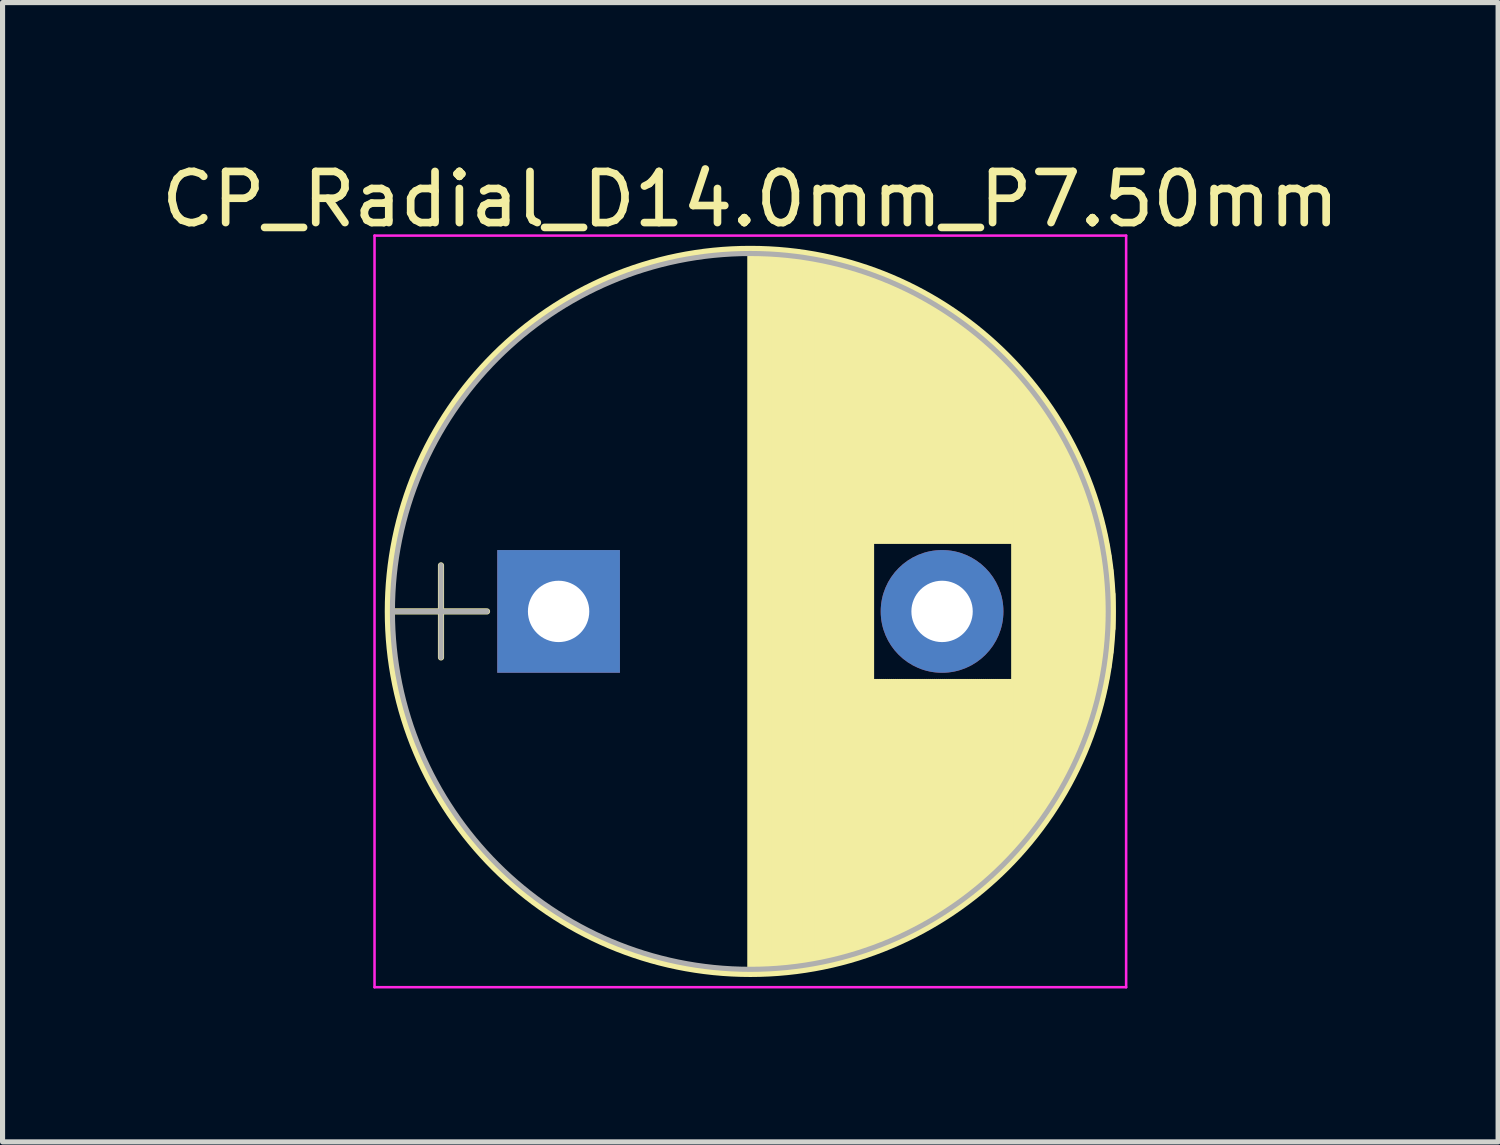
<source format=kicad_pcb>
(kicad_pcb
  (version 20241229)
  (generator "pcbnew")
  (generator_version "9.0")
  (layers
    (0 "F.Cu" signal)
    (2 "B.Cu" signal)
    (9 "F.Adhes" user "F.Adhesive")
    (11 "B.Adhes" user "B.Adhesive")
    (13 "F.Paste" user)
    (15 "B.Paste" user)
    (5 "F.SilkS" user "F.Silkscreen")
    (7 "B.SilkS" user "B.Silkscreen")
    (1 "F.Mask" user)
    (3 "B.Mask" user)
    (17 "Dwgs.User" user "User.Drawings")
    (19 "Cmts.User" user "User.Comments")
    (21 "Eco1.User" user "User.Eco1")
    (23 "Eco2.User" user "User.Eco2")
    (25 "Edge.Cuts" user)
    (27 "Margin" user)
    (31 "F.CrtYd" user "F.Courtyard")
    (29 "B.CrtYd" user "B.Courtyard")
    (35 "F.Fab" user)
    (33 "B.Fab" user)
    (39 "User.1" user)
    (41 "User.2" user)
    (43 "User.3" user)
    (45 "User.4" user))
  (footprint "CP_Radial_D14.0mm_P7.50mm"
    (layer "F.Cu")
    (at 7.875 8.908)
    (property "Reference" "CP_Radial_D14.0mm_P7.50mm" (at 3.75 -8.06 0) (layer "F.SilkS") (effects (font (size 1 1) (thickness 0.15))))
    (attr through_hole)
    (fp_line (start -3.2 0) (end -1.4 0) (stroke (width 0.12) (type solid)) (layer "F.SilkS"))
    (fp_line (start -2.3 -0.9) (end -2.3 0.9) (stroke (width 0.12) (type solid)) (layer "F.SilkS"))
    (fp_line (start 3.75 -7.05) (end 3.75 7.05) (stroke (width 0.12) (type solid)) (layer "F.SilkS"))
    (fp_line (start 3.79 -7.05) (end 3.79 7.05) (stroke (width 0.12) (type solid)) (layer "F.SilkS"))
    (fp_line (start 3.83 -7.05) (end 3.83 7.05) (stroke (width 0.12) (type solid)) (layer "F.SilkS"))
    (fp_line (start 3.87 -7.049) (end 3.87 7.049) (stroke (width 0.12) (type solid)) (layer "F.SilkS"))
    (fp_line (start 3.91 -7.049) (end 3.91 7.049) (stroke (width 0.12) (type solid)) (layer "F.SilkS"))
    (fp_line (start 3.95 -7.048) (end 3.95 7.048) (stroke (width 0.12) (type solid)) (layer "F.SilkS"))
    (fp_line (start 3.99 -7.046) (end 3.99 7.046) (stroke (width 0.12) (type solid)) (layer "F.SilkS"))
    (fp_line (start 4.03 -7.045) (end 4.03 7.045) (stroke (width 0.12) (type solid)) (layer "F.SilkS"))
    (fp_line (start 4.07 -7.043) (end 4.07 7.043) (stroke (width 0.12) (type solid)) (layer "F.SilkS"))
    (fp_line (start 4.11 -7.041) (end 4.11 7.041) (stroke (width 0.12) (type solid)) (layer "F.SilkS"))
    (fp_line (start 4.15 -7.039) (end 4.15 7.039) (stroke (width 0.12) (type solid)) (layer "F.SilkS"))
    (fp_line (start 4.19 -7.037) (end 4.19 7.037) (stroke (width 0.12) (type solid)) (layer "F.SilkS"))
    (fp_line (start 4.23 -7.034) (end 4.23 7.034) (stroke (width 0.12) (type solid)) (layer "F.SilkS"))
    (fp_line (start 4.27 -7.031) (end 4.27 7.031) (stroke (width 0.12) (type solid)) (layer "F.SilkS"))
    (fp_line (start 4.31 -7.028) (end 4.31 7.028) (stroke (width 0.12) (type solid)) (layer "F.SilkS"))
    (fp_line (start 4.35 -7.025) (end 4.35 7.025) (stroke (width 0.12) (type solid)) (layer "F.SilkS"))
    (fp_line (start 4.39 -7.022) (end 4.39 7.022) (stroke (width 0.12) (type solid)) (layer "F.SilkS"))
    (fp_line (start 4.43 -7.018) (end 4.43 7.018) (stroke (width 0.12) (type solid)) (layer "F.SilkS"))
    (fp_line (start 4.471 -7.014) (end 4.471 7.014) (stroke (width 0.12) (type solid)) (layer "F.SilkS"))
    (fp_line (start 4.511 -7.01) (end 4.511 7.01) (stroke (width 0.12) (type solid)) (layer "F.SilkS"))
    (fp_line (start 4.551 -7.005) (end 4.551 7.005) (stroke (width 0.12) (type solid)) (layer "F.SilkS"))
    (fp_line (start 4.591 -7.001) (end 4.591 7.001) (stroke (width 0.12) (type solid)) (layer "F.SilkS"))
    (fp_line (start 4.631 -6.996) (end 4.631 6.996) (stroke (width 0.12) (type solid)) (layer "F.SilkS"))
    (fp_line (start 4.671 -6.991) (end 4.671 6.991) (stroke (width 0.12) (type solid)) (layer "F.SilkS"))
    (fp_line (start 4.711 -6.985) (end 4.711 6.985) (stroke (width 0.12) (type solid)) (layer "F.SilkS"))
    (fp_line (start 4.751 -6.98) (end 4.751 6.98) (stroke (width 0.12) (type solid)) (layer "F.SilkS"))
    (fp_line (start 4.791 -6.974) (end 4.791 6.974) (stroke (width 0.12) (type solid)) (layer "F.SilkS"))
    (fp_line (start 4.831 -6.968) (end 4.831 6.968) (stroke (width 0.12) (type solid)) (layer "F.SilkS"))
    (fp_line (start 4.871 -6.961) (end 4.871 6.961) (stroke (width 0.12) (type solid)) (layer "F.SilkS"))
    (fp_line (start 4.911 -6.955) (end 4.911 6.955) (stroke (width 0.12) (type solid)) (layer "F.SilkS"))
    (fp_line (start 4.951 -6.948) (end 4.951 6.948) (stroke (width 0.12) (type solid)) (layer "F.SilkS"))
    (fp_line (start 4.991 -6.941) (end 4.991 6.941) (stroke (width 0.12) (type solid)) (layer "F.SilkS"))
    (fp_line (start 5.031 -6.934) (end 5.031 6.934) (stroke (width 0.12) (type solid)) (layer "F.SilkS"))
    (fp_line (start 5.071 -6.927) (end 5.071 6.927) (stroke (width 0.12) (type solid)) (layer "F.SilkS"))
    (fp_line (start 5.111 -6.919) (end 5.111 6.919) (stroke (width 0.12) (type solid)) (layer "F.SilkS"))
    (fp_line (start 5.151 -6.911) (end 5.151 6.911) (stroke (width 0.12) (type solid)) (layer "F.SilkS"))
    (fp_line (start 5.191 -6.903) (end 5.191 6.903) (stroke (width 0.12) (type solid)) (layer "F.SilkS"))
    (fp_line (start 5.231 -6.894) (end 5.231 6.894) (stroke (width 0.12) (type solid)) (layer "F.SilkS"))
    (fp_line (start 5.271 -6.886) (end 5.271 6.886) (stroke (width 0.12) (type solid)) (layer "F.SilkS"))
    (fp_line (start 5.311 -6.877) (end 5.311 6.877) (stroke (width 0.12) (type solid)) (layer "F.SilkS"))
    (fp_line (start 5.351 -6.868) (end 5.351 6.868) (stroke (width 0.12) (type solid)) (layer "F.SilkS"))
    (fp_line (start 5.391 -6.858) (end 5.391 6.858) (stroke (width 0.12) (type solid)) (layer "F.SilkS"))
    (fp_line (start 5.431 -6.849) (end 5.431 6.849) (stroke (width 0.12) (type solid)) (layer "F.SilkS"))
    (fp_line (start 5.471 -6.839) (end 5.471 6.839) (stroke (width 0.12) (type solid)) (layer "F.SilkS"))
    (fp_line (start 5.511 -6.829) (end 5.511 6.829) (stroke (width 0.12) (type solid)) (layer "F.SilkS"))
    (fp_line (start 5.551 -6.818) (end 5.551 6.818) (stroke (width 0.12) (type solid)) (layer "F.SilkS"))
    (fp_line (start 5.591 -6.808) (end 5.591 6.808) (stroke (width 0.12) (type solid)) (layer "F.SilkS"))
    (fp_line (start 5.631 -6.797) (end 5.631 6.797) (stroke (width 0.12) (type solid)) (layer "F.SilkS"))
    (fp_line (start 5.671 -6.786) (end 5.671 6.786) (stroke (width 0.12) (type solid)) (layer "F.SilkS"))
    (fp_line (start 5.711 -6.774) (end 5.711 6.774) (stroke (width 0.12) (type solid)) (layer "F.SilkS"))
    (fp_line (start 5.751 -6.763) (end 5.751 6.763) (stroke (width 0.12) (type solid)) (layer "F.SilkS"))
    (fp_line (start 5.791 -6.751) (end 5.791 6.751) (stroke (width 0.12) (type solid)) (layer "F.SilkS"))
    (fp_line (start 5.831 -6.739) (end 5.831 6.739) (stroke (width 0.12) (type solid)) (layer "F.SilkS"))
    (fp_line (start 5.871 -6.726) (end 5.871 6.726) (stroke (width 0.12) (type solid)) (layer "F.SilkS"))
    (fp_line (start 5.911 -6.713) (end 5.911 6.713) (stroke (width 0.12) (type solid)) (layer "F.SilkS"))
    (fp_line (start 5.951 -6.701) (end 5.951 6.701) (stroke (width 0.12) (type solid)) (layer "F.SilkS"))
    (fp_line (start 5.991 -6.687) (end 5.991 6.687) (stroke (width 0.12) (type solid)) (layer "F.SilkS"))
    (fp_line (start 6.031 -6.674) (end 6.031 6.674) (stroke (width 0.12) (type solid)) (layer "F.SilkS"))
    (fp_line (start 6.071 -6.66) (end 6.071 6.66) (stroke (width 0.12) (type solid)) (layer "F.SilkS"))
    (fp_line (start 6.111 -6.646) (end 6.111 6.646) (stroke (width 0.12) (type solid)) (layer "F.SilkS"))
    (fp_line (start 6.151 -6.632) (end 6.151 -1.38) (stroke (width 0.12) (type solid)) (layer "F.SilkS"))
    (fp_line (start 6.151 1.38) (end 6.151 6.632) (stroke (width 0.12) (type solid)) (layer "F.SilkS"))
    (fp_line (start 6.191 -6.617) (end 6.191 -1.38) (stroke (width 0.12) (type solid)) (layer "F.SilkS"))
    (fp_line (start 6.191 1.38) (end 6.191 6.617) (stroke (width 0.12) (type solid)) (layer "F.SilkS"))
    (fp_line (start 6.231 -6.603) (end 6.231 -1.38) (stroke (width 0.12) (type solid)) (layer "F.SilkS"))
    (fp_line (start 6.231 1.38) (end 6.231 6.603) (stroke (width 0.12) (type solid)) (layer "F.SilkS"))
    (fp_line (start 6.271 -6.588) (end 6.271 -1.38) (stroke (width 0.12) (type solid)) (layer "F.SilkS"))
    (fp_line (start 6.271 1.38) (end 6.271 6.588) (stroke (width 0.12) (type solid)) (layer "F.SilkS"))
    (fp_line (start 6.311 -6.572) (end 6.311 -1.38) (stroke (width 0.12) (type solid)) (layer "F.SilkS"))
    (fp_line (start 6.311 1.38) (end 6.311 6.572) (stroke (width 0.12) (type solid)) (layer "F.SilkS"))
    (fp_line (start 6.351 -6.557) (end 6.351 -1.38) (stroke (width 0.12) (type solid)) (layer "F.SilkS"))
    (fp_line (start 6.351 1.38) (end 6.351 6.557) (stroke (width 0.12) (type solid)) (layer "F.SilkS"))
    (fp_line (start 6.391 -6.541) (end 6.391 -1.38) (stroke (width 0.12) (type solid)) (layer "F.SilkS"))
    (fp_line (start 6.391 1.38) (end 6.391 6.541) (stroke (width 0.12) (type solid)) (layer "F.SilkS"))
    (fp_line (start 6.431 -6.524) (end 6.431 -1.38) (stroke (width 0.12) (type solid)) (layer "F.SilkS"))
    (fp_line (start 6.431 1.38) (end 6.431 6.524) (stroke (width 0.12) (type solid)) (layer "F.SilkS"))
    (fp_line (start 6.471 -6.508) (end 6.471 -1.38) (stroke (width 0.12) (type solid)) (layer "F.SilkS"))
    (fp_line (start 6.471 1.38) (end 6.471 6.508) (stroke (width 0.12) (type solid)) (layer "F.SilkS"))
    (fp_line (start 6.511 -6.491) (end 6.511 -1.38) (stroke (width 0.12) (type solid)) (layer "F.SilkS"))
    (fp_line (start 6.511 1.38) (end 6.511 6.491) (stroke (width 0.12) (type solid)) (layer "F.SilkS"))
    (fp_line (start 6.551 -6.474) (end 6.551 -1.38) (stroke (width 0.12) (type solid)) (layer "F.SilkS"))
    (fp_line (start 6.551 1.38) (end 6.551 6.474) (stroke (width 0.12) (type solid)) (layer "F.SilkS"))
    (fp_line (start 6.591 -6.457) (end 6.591 -1.38) (stroke (width 0.12) (type solid)) (layer "F.SilkS"))
    (fp_line (start 6.591 1.38) (end 6.591 6.457) (stroke (width 0.12) (type solid)) (layer "F.SilkS"))
    (fp_line (start 6.631 -6.439) (end 6.631 -1.38) (stroke (width 0.12) (type solid)) (layer "F.SilkS"))
    (fp_line (start 6.631 1.38) (end 6.631 6.439) (stroke (width 0.12) (type solid)) (layer "F.SilkS"))
    (fp_line (start 6.671 -6.421) (end 6.671 -1.38) (stroke (width 0.12) (type solid)) (layer "F.SilkS"))
    (fp_line (start 6.671 1.38) (end 6.671 6.421) (stroke (width 0.12) (type solid)) (layer "F.SilkS"))
    (fp_line (start 6.711 -6.403) (end 6.711 -1.38) (stroke (width 0.12) (type solid)) (layer "F.SilkS"))
    (fp_line (start 6.711 1.38) (end 6.711 6.403) (stroke (width 0.12) (type solid)) (layer "F.SilkS"))
    (fp_line (start 6.751 -6.385) (end 6.751 -1.38) (stroke (width 0.12) (type solid)) (layer "F.SilkS"))
    (fp_line (start 6.751 1.38) (end 6.751 6.385) (stroke (width 0.12) (type solid)) (layer "F.SilkS"))
    (fp_line (start 6.791 -6.366) (end 6.791 -1.38) (stroke (width 0.12) (type solid)) (layer "F.SilkS"))
    (fp_line (start 6.791 1.38) (end 6.791 6.366) (stroke (width 0.12) (type solid)) (layer "F.SilkS"))
    (fp_line (start 6.831 -6.347) (end 6.831 -1.38) (stroke (width 0.12) (type solid)) (layer "F.SilkS"))
    (fp_line (start 6.831 1.38) (end 6.831 6.347) (stroke (width 0.12) (type solid)) (layer "F.SilkS"))
    (fp_line (start 6.871 -6.327) (end 6.871 -1.38) (stroke (width 0.12) (type solid)) (layer "F.SilkS"))
    (fp_line (start 6.871 1.38) (end 6.871 6.327) (stroke (width 0.12) (type solid)) (layer "F.SilkS"))
    (fp_line (start 6.911 -6.307) (end 6.911 -1.38) (stroke (width 0.12) (type solid)) (layer "F.SilkS"))
    (fp_line (start 6.911 1.38) (end 6.911 6.307) (stroke (width 0.12) (type solid)) (layer "F.SilkS"))
    (fp_line (start 6.951 -6.287) (end 6.951 -1.38) (stroke (width 0.12) (type solid)) (layer "F.SilkS"))
    (fp_line (start 6.951 1.38) (end 6.951 6.287) (stroke (width 0.12) (type solid)) (layer "F.SilkS"))
    (fp_line (start 6.991 -6.267) (end 6.991 -1.38) (stroke (width 0.12) (type solid)) (layer "F.SilkS"))
    (fp_line (start 6.991 1.38) (end 6.991 6.267) (stroke (width 0.12) (type solid)) (layer "F.SilkS"))
    (fp_line (start 7.031 -6.246) (end 7.031 -1.38) (stroke (width 0.12) (type solid)) (layer "F.SilkS"))
    (fp_line (start 7.031 1.38) (end 7.031 6.246) (stroke (width 0.12) (type solid)) (layer "F.SilkS"))
    (fp_line (start 7.071 -6.225) (end 7.071 -1.38) (stroke (width 0.12) (type solid)) (layer "F.SilkS"))
    (fp_line (start 7.071 1.38) (end 7.071 6.225) (stroke (width 0.12) (type solid)) (layer "F.SilkS"))
    (fp_line (start 7.111 -6.204) (end 7.111 -1.38) (stroke (width 0.12) (type solid)) (layer "F.SilkS"))
    (fp_line (start 7.111 1.38) (end 7.111 6.204) (stroke (width 0.12) (type solid)) (layer "F.SilkS"))
    (fp_line (start 7.151 -6.182) (end 7.151 -1.38) (stroke (width 0.12) (type solid)) (layer "F.SilkS"))
    (fp_line (start 7.151 1.38) (end 7.151 6.182) (stroke (width 0.12) (type solid)) (layer "F.SilkS"))
    (fp_line (start 7.191 -6.16) (end 7.191 -1.38) (stroke (width 0.12) (type solid)) (layer "F.SilkS"))
    (fp_line (start 7.191 1.38) (end 7.191 6.16) (stroke (width 0.12) (type solid)) (layer "F.SilkS"))
    (fp_line (start 7.231 -6.138) (end 7.231 -1.38) (stroke (width 0.12) (type solid)) (layer "F.SilkS"))
    (fp_line (start 7.231 1.38) (end 7.231 6.138) (stroke (width 0.12) (type solid)) (layer "F.SilkS"))
    (fp_line (start 7.271 -6.115) (end 7.271 -1.38) (stroke (width 0.12) (type solid)) (layer "F.SilkS"))
    (fp_line (start 7.271 1.38) (end 7.271 6.115) (stroke (width 0.12) (type solid)) (layer "F.SilkS"))
    (fp_line (start 7.311 -6.092) (end 7.311 -1.38) (stroke (width 0.12) (type solid)) (layer "F.SilkS"))
    (fp_line (start 7.311 1.38) (end 7.311 6.092) (stroke (width 0.12) (type solid)) (layer "F.SilkS"))
    (fp_line (start 7.351 -6.069) (end 7.351 -1.38) (stroke (width 0.12) (type solid)) (layer "F.SilkS"))
    (fp_line (start 7.351 1.38) (end 7.351 6.069) (stroke (width 0.12) (type solid)) (layer "F.SilkS"))
    (fp_line (start 7.391 -6.045) (end 7.391 -1.38) (stroke (width 0.12) (type solid)) (layer "F.SilkS"))
    (fp_line (start 7.391 1.38) (end 7.391 6.045) (stroke (width 0.12) (type solid)) (layer "F.SilkS"))
    (fp_line (start 7.431 -6.021) (end 7.431 -1.38) (stroke (width 0.12) (type solid)) (layer "F.SilkS"))
    (fp_line (start 7.431 1.38) (end 7.431 6.021) (stroke (width 0.12) (type solid)) (layer "F.SilkS"))
    (fp_line (start 7.471 -5.996) (end 7.471 -1.38) (stroke (width 0.12) (type solid)) (layer "F.SilkS"))
    (fp_line (start 7.471 1.38) (end 7.471 5.996) (stroke (width 0.12) (type solid)) (layer "F.SilkS"))
    (fp_line (start 7.511 -5.971) (end 7.511 -1.38) (stroke (width 0.12) (type solid)) (layer "F.SilkS"))
    (fp_line (start 7.511 1.38) (end 7.511 5.971) (stroke (width 0.12) (type solid)) (layer "F.SilkS"))
    (fp_line (start 7.551 -5.946) (end 7.551 -1.38) (stroke (width 0.12) (type solid)) (layer "F.SilkS"))
    (fp_line (start 7.551 1.38) (end 7.551 5.946) (stroke (width 0.12) (type solid)) (layer "F.SilkS"))
    (fp_line (start 7.591 -5.921) (end 7.591 -1.38) (stroke (width 0.12) (type solid)) (layer "F.SilkS"))
    (fp_line (start 7.591 1.38) (end 7.591 5.921) (stroke (width 0.12) (type solid)) (layer "F.SilkS"))
    (fp_line (start 7.631 -5.895) (end 7.631 -1.38) (stroke (width 0.12) (type solid)) (layer "F.SilkS"))
    (fp_line (start 7.631 1.38) (end 7.631 5.895) (stroke (width 0.12) (type solid)) (layer "F.SilkS"))
    (fp_line (start 7.671 -5.868) (end 7.671 -1.38) (stroke (width 0.12) (type solid)) (layer "F.SilkS"))
    (fp_line (start 7.671 1.38) (end 7.671 5.868) (stroke (width 0.12) (type solid)) (layer "F.SilkS"))
    (fp_line (start 7.711 -5.842) (end 7.711 -1.38) (stroke (width 0.12) (type solid)) (layer "F.SilkS"))
    (fp_line (start 7.711 1.38) (end 7.711 5.842) (stroke (width 0.12) (type solid)) (layer "F.SilkS"))
    (fp_line (start 7.751 -5.814) (end 7.751 -1.38) (stroke (width 0.12) (type solid)) (layer "F.SilkS"))
    (fp_line (start 7.751 1.38) (end 7.751 5.814) (stroke (width 0.12) (type solid)) (layer "F.SilkS"))
    (fp_line (start 7.791 -5.787) (end 7.791 -1.38) (stroke (width 0.12) (type solid)) (layer "F.SilkS"))
    (fp_line (start 7.791 1.38) (end 7.791 5.787) (stroke (width 0.12) (type solid)) (layer "F.SilkS"))
    (fp_line (start 7.831 -5.759) (end 7.831 -1.38) (stroke (width 0.12) (type solid)) (layer "F.SilkS"))
    (fp_line (start 7.831 1.38) (end 7.831 5.759) (stroke (width 0.12) (type solid)) (layer "F.SilkS"))
    (fp_line (start 7.871 -5.731) (end 7.871 -1.38) (stroke (width 0.12) (type solid)) (layer "F.SilkS"))
    (fp_line (start 7.871 1.38) (end 7.871 5.731) (stroke (width 0.12) (type solid)) (layer "F.SilkS"))
    (fp_line (start 7.911 -5.702) (end 7.911 -1.38) (stroke (width 0.12) (type solid)) (layer "F.SilkS"))
    (fp_line (start 7.911 1.38) (end 7.911 5.702) (stroke (width 0.12) (type solid)) (layer "F.SilkS"))
    (fp_line (start 7.951 -5.673) (end 7.951 -1.38) (stroke (width 0.12) (type solid)) (layer "F.SilkS"))
    (fp_line (start 7.951 1.38) (end 7.951 5.673) (stroke (width 0.12) (type solid)) (layer "F.SilkS"))
    (fp_line (start 7.991 -5.643) (end 7.991 -1.38) (stroke (width 0.12) (type solid)) (layer "F.SilkS"))
    (fp_line (start 7.991 1.38) (end 7.991 5.643) (stroke (width 0.12) (type solid)) (layer "F.SilkS"))
    (fp_line (start 8.031 -5.613) (end 8.031 -1.38) (stroke (width 0.12) (type solid)) (layer "F.SilkS"))
    (fp_line (start 8.031 1.38) (end 8.031 5.613) (stroke (width 0.12) (type solid)) (layer "F.SilkS"))
    (fp_line (start 8.071 -5.582) (end 8.071 -1.38) (stroke (width 0.12) (type solid)) (layer "F.SilkS"))
    (fp_line (start 8.071 1.38) (end 8.071 5.582) (stroke (width 0.12) (type solid)) (layer "F.SilkS"))
    (fp_line (start 8.111 -5.551) (end 8.111 -1.38) (stroke (width 0.12) (type solid)) (layer "F.SilkS"))
    (fp_line (start 8.111 1.38) (end 8.111 5.551) (stroke (width 0.12) (type solid)) (layer "F.SilkS"))
    (fp_line (start 8.151 -5.52) (end 8.151 -1.38) (stroke (width 0.12) (type solid)) (layer "F.SilkS"))
    (fp_line (start 8.151 1.38) (end 8.151 5.52) (stroke (width 0.12) (type solid)) (layer "F.SilkS"))
    (fp_line (start 8.191 -5.488) (end 8.191 -1.38) (stroke (width 0.12) (type solid)) (layer "F.SilkS"))
    (fp_line (start 8.191 1.38) (end 8.191 5.488) (stroke (width 0.12) (type solid)) (layer "F.SilkS"))
    (fp_line (start 8.231 -5.456) (end 8.231 -1.38) (stroke (width 0.12) (type solid)) (layer "F.SilkS"))
    (fp_line (start 8.231 1.38) (end 8.231 5.456) (stroke (width 0.12) (type solid)) (layer "F.SilkS"))
    (fp_line (start 8.271 -5.423) (end 8.271 -1.38) (stroke (width 0.12) (type solid)) (layer "F.SilkS"))
    (fp_line (start 8.271 1.38) (end 8.271 5.423) (stroke (width 0.12) (type solid)) (layer "F.SilkS"))
    (fp_line (start 8.311 -5.39) (end 8.311 -1.38) (stroke (width 0.12) (type solid)) (layer "F.SilkS"))
    (fp_line (start 8.311 1.38) (end 8.311 5.39) (stroke (width 0.12) (type solid)) (layer "F.SilkS"))
    (fp_line (start 8.351 -5.356) (end 8.351 -1.38) (stroke (width 0.12) (type solid)) (layer "F.SilkS"))
    (fp_line (start 8.351 1.38) (end 8.351 5.356) (stroke (width 0.12) (type solid)) (layer "F.SilkS"))
    (fp_line (start 8.391 -5.321) (end 8.391 -1.38) (stroke (width 0.12) (type solid)) (layer "F.SilkS"))
    (fp_line (start 8.391 1.38) (end 8.391 5.321) (stroke (width 0.12) (type solid)) (layer "F.SilkS"))
    (fp_line (start 8.431 -5.286) (end 8.431 -1.38) (stroke (width 0.12) (type solid)) (layer "F.SilkS"))
    (fp_line (start 8.431 1.38) (end 8.431 5.286) (stroke (width 0.12) (type solid)) (layer "F.SilkS"))
    (fp_line (start 8.471 -5.251) (end 8.471 -1.38) (stroke (width 0.12) (type solid)) (layer "F.SilkS"))
    (fp_line (start 8.471 1.38) (end 8.471 5.251) (stroke (width 0.12) (type solid)) (layer "F.SilkS"))
    (fp_line (start 8.511 -5.215) (end 8.511 -1.38) (stroke (width 0.12) (type solid)) (layer "F.SilkS"))
    (fp_line (start 8.511 1.38) (end 8.511 5.215) (stroke (width 0.12) (type solid)) (layer "F.SilkS"))
    (fp_line (start 8.551 -5.179) (end 8.551 -1.38) (stroke (width 0.12) (type solid)) (layer "F.SilkS"))
    (fp_line (start 8.551 1.38) (end 8.551 5.179) (stroke (width 0.12) (type solid)) (layer "F.SilkS"))
    (fp_line (start 8.591 -5.141) (end 8.591 -1.38) (stroke (width 0.12) (type solid)) (layer "F.SilkS"))
    (fp_line (start 8.591 1.38) (end 8.591 5.141) (stroke (width 0.12) (type solid)) (layer "F.SilkS"))
    (fp_line (start 8.631 -5.104) (end 8.631 -1.38) (stroke (width 0.12) (type solid)) (layer "F.SilkS"))
    (fp_line (start 8.631 1.38) (end 8.631 5.104) (stroke (width 0.12) (type solid)) (layer "F.SilkS"))
    (fp_line (start 8.671 -5.066) (end 8.671 -1.38) (stroke (width 0.12) (type solid)) (layer "F.SilkS"))
    (fp_line (start 8.671 1.38) (end 8.671 5.066) (stroke (width 0.12) (type solid)) (layer "F.SilkS"))
    (fp_line (start 8.711 -5.027) (end 8.711 -1.38) (stroke (width 0.12) (type solid)) (layer "F.SilkS"))
    (fp_line (start 8.711 1.38) (end 8.711 5.027) (stroke (width 0.12) (type solid)) (layer "F.SilkS"))
    (fp_line (start 8.751 -4.987) (end 8.751 -1.38) (stroke (width 0.12) (type solid)) (layer "F.SilkS"))
    (fp_line (start 8.751 1.38) (end 8.751 4.987) (stroke (width 0.12) (type solid)) (layer "F.SilkS"))
    (fp_line (start 8.791 -4.947) (end 8.791 -1.38) (stroke (width 0.12) (type solid)) (layer "F.SilkS"))
    (fp_line (start 8.791 1.38) (end 8.791 4.947) (stroke (width 0.12) (type solid)) (layer "F.SilkS"))
    (fp_line (start 8.831 -4.906) (end 8.831 -1.38) (stroke (width 0.12) (type solid)) (layer "F.SilkS"))
    (fp_line (start 8.831 1.38) (end 8.831 4.906) (stroke (width 0.12) (type solid)) (layer "F.SilkS"))
    (fp_line (start 8.871 -4.865) (end 8.871 -1.38) (stroke (width 0.12) (type solid)) (layer "F.SilkS"))
    (fp_line (start 8.871 1.38) (end 8.871 4.865) (stroke (width 0.12) (type solid)) (layer "F.SilkS"))
    (fp_line (start 8.911 -4.823) (end 8.911 4.823) (stroke (width 0.12) (type solid)) (layer "F.SilkS"))
    (fp_line (start 8.951 -4.78) (end 8.951 4.78) (stroke (width 0.12) (type solid)) (layer "F.SilkS"))
    (fp_line (start 8.991 -4.737) (end 8.991 4.737) (stroke (width 0.12) (type solid)) (layer "F.SilkS"))
    (fp_line (start 9.031 -4.692) (end 9.031 4.692) (stroke (width 0.12) (type solid)) (layer "F.SilkS"))
    (fp_line (start 9.071 -4.647) (end 9.071 4.647) (stroke (width 0.12) (type solid)) (layer "F.SilkS"))
    (fp_line (start 9.111 -4.601) (end 9.111 4.601) (stroke (width 0.12) (type solid)) (layer "F.SilkS"))
    (fp_line (start 9.151 -4.555) (end 9.151 4.555) (stroke (width 0.12) (type solid)) (layer "F.SilkS"))
    (fp_line (start 9.191 -4.507) (end 9.191 4.507) (stroke (width 0.12) (type solid)) (layer "F.SilkS"))
    (fp_line (start 9.231 -4.459) (end 9.231 4.459) (stroke (width 0.12) (type solid)) (layer "F.SilkS"))
    (fp_line (start 9.271 -4.41) (end 9.271 4.41) (stroke (width 0.12) (type solid)) (layer "F.SilkS"))
    (fp_line (start 9.311 -4.36) (end 9.311 4.36) (stroke (width 0.12) (type solid)) (layer "F.SilkS"))
    (fp_line (start 9.351 -4.309) (end 9.351 4.309) (stroke (width 0.12) (type solid)) (layer "F.SilkS"))
    (fp_line (start 9.391 -4.257) (end 9.391 4.257) (stroke (width 0.12) (type solid)) (layer "F.SilkS"))
    (fp_line (start 9.431 -4.204) (end 9.431 4.204) (stroke (width 0.12) (type solid)) (layer "F.SilkS"))
    (fp_line (start 9.471 -4.15) (end 9.471 4.15) (stroke (width 0.12) (type solid)) (layer "F.SilkS"))
    (fp_line (start 9.511 -4.095) (end 9.511 4.095) (stroke (width 0.12) (type solid)) (layer "F.SilkS"))
    (fp_line (start 9.551 -4.038) (end 9.551 4.038) (stroke (width 0.12) (type solid)) (layer "F.SilkS"))
    (fp_line (start 9.591 -3.981) (end 9.591 3.981) (stroke (width 0.12) (type solid)) (layer "F.SilkS"))
    (fp_line (start 9.631 -3.922) (end 9.631 3.922) (stroke (width 0.12) (type solid)) (layer "F.SilkS"))
    (fp_line (start 9.671 -3.862) (end 9.671 3.862) (stroke (width 0.12) (type solid)) (layer "F.SilkS"))
    (fp_line (start 9.711 -3.801) (end 9.711 3.801) (stroke (width 0.12) (type solid)) (layer "F.SilkS"))
    (fp_line (start 9.751 -3.738) (end 9.751 3.738) (stroke (width 0.12) (type solid)) (layer "F.SilkS"))
    (fp_line (start 9.791 -3.674) (end 9.791 3.674) (stroke (width 0.12) (type solid)) (layer "F.SilkS"))
    (fp_line (start 9.831 -3.608) (end 9.831 3.608) (stroke (width 0.12) (type solid)) (layer "F.SilkS"))
    (fp_line (start 9.871 -3.54) (end 9.871 3.54) (stroke (width 0.12) (type solid)) (layer "F.SilkS"))
    (fp_line (start 9.911 -3.471) (end 9.911 3.471) (stroke (width 0.12) (type solid)) (layer "F.SilkS"))
    (fp_line (start 9.951 -3.4) (end 9.951 3.4) (stroke (width 0.12) (type solid)) (layer "F.SilkS"))
    (fp_line (start 9.991 -3.327) (end 9.991 3.327) (stroke (width 0.12) (type solid)) (layer "F.SilkS"))
    (fp_line (start 10.031 -3.251) (end 10.031 3.251) (stroke (width 0.12) (type solid)) (layer "F.SilkS"))
    (fp_line (start 10.071 -3.174) (end 10.071 3.174) (stroke (width 0.12) (type solid)) (layer "F.SilkS"))
    (fp_line (start 10.111 -3.094) (end 10.111 3.094) (stroke (width 0.12) (type solid)) (layer "F.SilkS"))
    (fp_line (start 10.151 -3.011) (end 10.151 3.011) (stroke (width 0.12) (type solid)) (layer "F.SilkS"))
    (fp_line (start 10.191 -2.926) (end 10.191 2.926) (stroke (width 0.12) (type solid)) (layer "F.SilkS"))
    (fp_line (start 10.231 -2.838) (end 10.231 2.838) (stroke (width 0.12) (type solid)) (layer "F.SilkS"))
    (fp_line (start 10.271 -2.746) (end 10.271 2.746) (stroke (width 0.12) (type solid)) (layer "F.SilkS"))
    (fp_line (start 10.311 -2.65) (end 10.311 2.65) (stroke (width 0.12) (type solid)) (layer "F.SilkS"))
    (fp_line (start 10.351 -2.55) (end 10.351 2.55) (stroke (width 0.12) (type solid)) (layer "F.SilkS"))
    (fp_line (start 10.391 -2.446) (end 10.391 2.446) (stroke (width 0.12) (type solid)) (layer "F.SilkS"))
    (fp_line (start 10.431 -2.337) (end 10.431 2.337) (stroke (width 0.12) (type solid)) (layer "F.SilkS"))
    (fp_line (start 10.471 -2.221) (end 10.471 2.221) (stroke (width 0.12) (type solid)) (layer "F.SilkS"))
    (fp_line (start 10.511 -2.098) (end 10.511 2.098) (stroke (width 0.12) (type solid)) (layer "F.SilkS"))
    (fp_line (start 10.551 -1.968) (end 10.551 1.968) (stroke (width 0.12) (type solid)) (layer "F.SilkS"))
    (fp_line (start 10.591 -1.827) (end 10.591 1.827) (stroke (width 0.12) (type solid)) (layer "F.SilkS"))
    (fp_line (start 10.631 -1.673) (end 10.631 1.673) (stroke (width 0.12) (type solid)) (layer "F.SilkS"))
    (fp_line (start 10.671 -1.504) (end 10.671 1.504) (stroke (width 0.12) (type solid)) (layer "F.SilkS"))
    (fp_line (start 10.711 -1.312) (end 10.711 1.312) (stroke (width 0.12) (type solid)) (layer "F.SilkS"))
    (fp_line (start 10.751 -1.087) (end 10.751 1.087) (stroke (width 0.12) (type solid)) (layer "F.SilkS"))
    (fp_line (start 10.791 -0.801) (end 10.791 0.801) (stroke (width 0.12) (type solid)) (layer "F.SilkS"))
    (fp_line (start 10.831 -0.337) (end 10.831 0.337) (stroke (width 0.12) (type solid)) (layer "F.SilkS"))
    (fp_circle (center 3.75 0) (end 10.84 0) (stroke (width 0.12) (type solid)) (fill no) (layer "F.SilkS"))
    (fp_line (start -3.6 -7.35) (end -3.6 7.35) (stroke (width 0.05) (type solid)) (layer "F.CrtYd"))
    (fp_line (start -3.6 7.35) (end 11.1 7.35) (stroke (width 0.05) (type solid)) (layer "F.CrtYd"))
    (fp_line (start 11.1 -7.35) (end -3.6 -7.35) (stroke (width 0.05) (type solid)) (layer "F.CrtYd"))
    (fp_line (start 11.1 7.35) (end 11.1 -7.35) (stroke (width 0.05) (type solid)) (layer "F.CrtYd"))
    (fp_line (start -3.2 0) (end -1.4 0) (stroke (width 0.1) (type solid)) (layer "F.Fab"))
    (fp_line (start -2.3 -0.9) (end -2.3 0.9) (stroke (width 0.1) (type solid)) (layer "F.Fab"))
    (fp_circle (center 3.75 0) (end 10.75 0) (stroke (width 0.1) (type solid)) (fill no) (layer "F.Fab"))
    (pad "1" thru_hole rect (at 0 0) (size 2.4 2.4) (drill 1.2) (layers "*.Cu" "*.Mask"))
    (pad "2" thru_hole circle (at 7.5 0) (size 2.4 2.4) (drill 1.2) (layers "*.Cu" "*.Mask")))
  (gr_rect
    (start -3 -3)
    (end 26.25 19.283)
    (stroke (width 0.1) (type default))
    (fill no)
    (layer "Edge.Cuts")))
</source>
